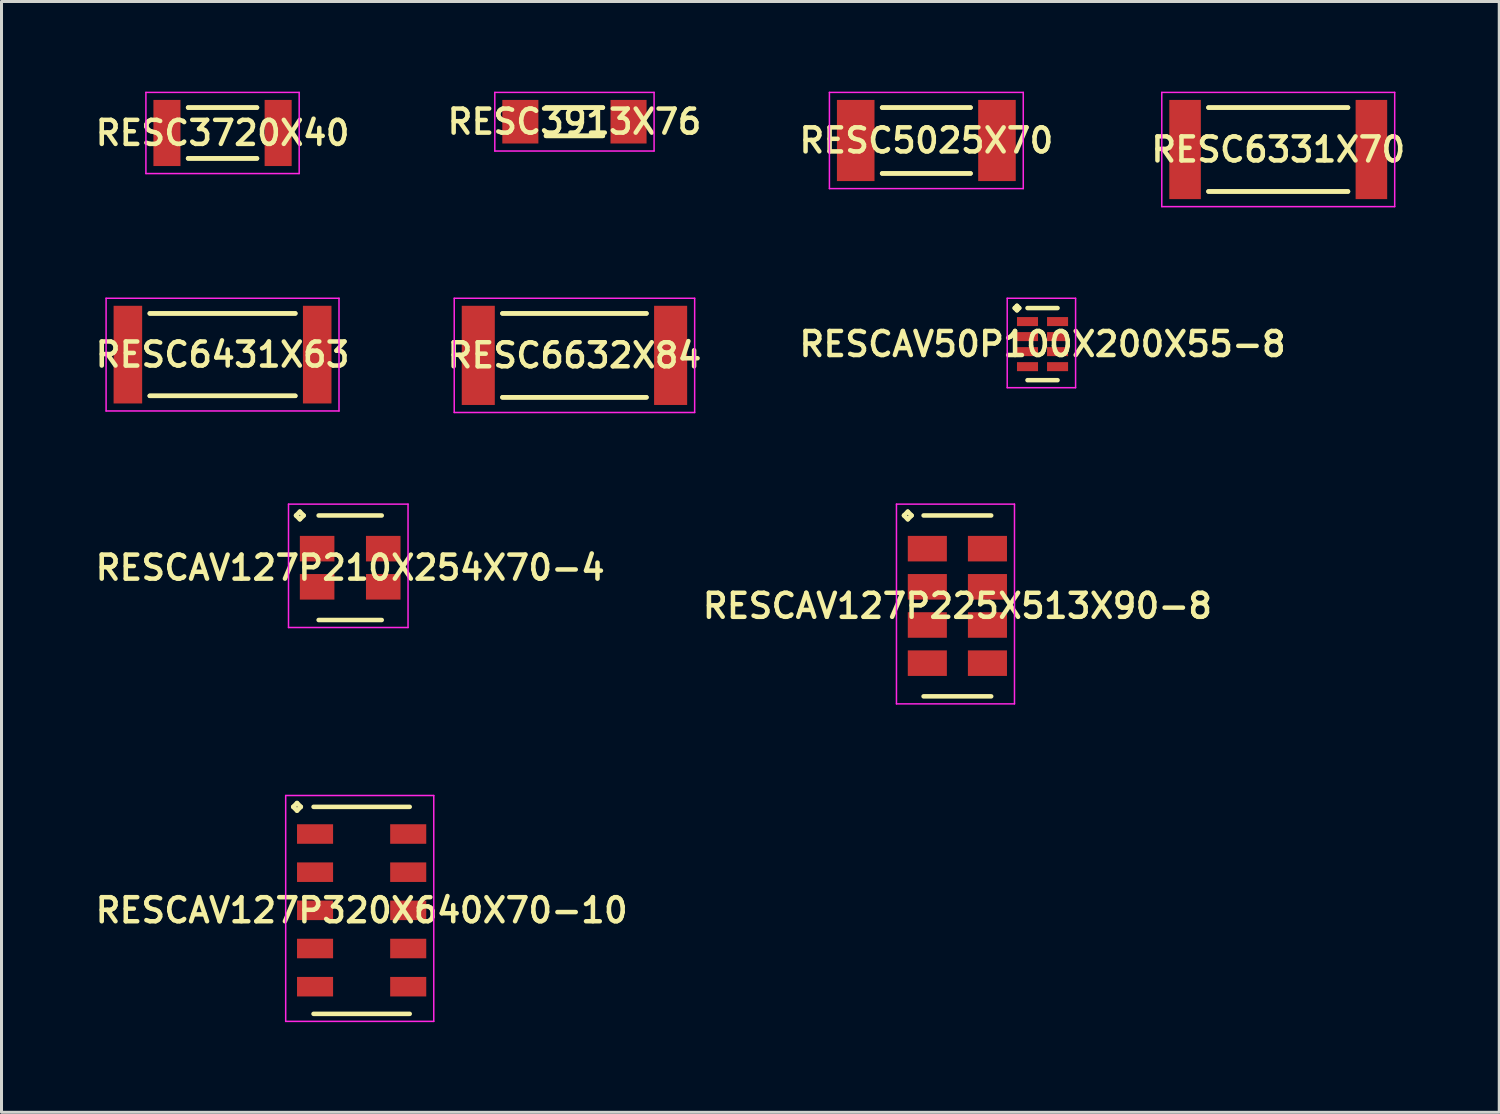
<source format=kicad_pcb>
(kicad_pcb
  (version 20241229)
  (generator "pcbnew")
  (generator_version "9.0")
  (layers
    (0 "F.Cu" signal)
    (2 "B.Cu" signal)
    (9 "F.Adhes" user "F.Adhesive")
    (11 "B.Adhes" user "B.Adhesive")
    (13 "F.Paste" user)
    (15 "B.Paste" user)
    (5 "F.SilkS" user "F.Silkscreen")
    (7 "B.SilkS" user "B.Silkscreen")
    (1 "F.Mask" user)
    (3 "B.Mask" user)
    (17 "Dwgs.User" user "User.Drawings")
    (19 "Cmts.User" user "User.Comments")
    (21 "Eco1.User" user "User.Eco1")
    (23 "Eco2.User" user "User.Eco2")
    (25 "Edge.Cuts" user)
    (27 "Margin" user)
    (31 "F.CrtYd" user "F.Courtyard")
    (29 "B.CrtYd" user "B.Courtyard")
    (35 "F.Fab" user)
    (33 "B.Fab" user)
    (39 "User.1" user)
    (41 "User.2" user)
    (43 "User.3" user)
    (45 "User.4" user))
  (footprint "RESC3720X40"
    (layer "F.Cu")
    (at 4.355 1.375)
    (property "Reference" "RESC3720X40" (at 0 0 0) (layer "F.SilkS") (effects (font (size 0.8 0.8) (thickness 0.15))))
    (attr smd)
    (fp_line (start -1.146 -0.846) (end 1.146 -0.846) (stroke (width 0.15) (type solid)) (layer "F.SilkS"))
    (fp_line (start -1.146 0.846) (end 1.146 0.846) (stroke (width 0.15) (type solid)) (layer "F.SilkS"))
    (fp_line (start 1.146 -0.846) (end -1.146 -0.846) (stroke (width 0.15) (type solid)) (layer "F.SilkS"))
    (fp_line (start 1.146 0.846) (end -1.146 0.846) (stroke (width 0.15) (type solid)) (layer "F.SilkS"))
    (fp_line (start -2.55 -1.35) (end 2.55 -1.35) (stroke (width 0.05) (type solid)) (layer "F.CrtYd"))
    (fp_line (start -2.55 1.35) (end -2.55 -1.35) (stroke (width 0.05) (type solid)) (layer "F.CrtYd"))
    (fp_line (start 2.55 -1.35) (end 2.55 1.35) (stroke (width 0.05) (type solid)) (layer "F.CrtYd"))
    (fp_line (start 2.55 1.35) (end -2.55 1.35) (stroke (width 0.05) (type solid)) (layer "F.CrtYd"))
    (pad "1" smd rect (at -1.85 0) (size 0.9 2.2) (layers "F.Cu" "F.Mask" "F.Paste"))
    (pad "2" smd rect (at 1.85 0) (size 0.9 2.2) (layers "F.Cu" "F.Mask" "F.Paste")))
  (footprint "RESC3913X76"
    (layer "F.Cu")
    (at 16.064 1)
    (property "Reference" "RESC3913X76" (at 0 0 0) (layer "F.SilkS") (effects (font (size 0.8 0.8) (thickness 0.15))))
    (attr smd)
    (fp_line (start -0.946 -0.471) (end 0.946 -0.471) (stroke (width 0.15) (type solid)) (layer "F.SilkS"))
    (fp_line (start -0.946 0.471) (end 0.946 0.471) (stroke (width 0.15) (type solid)) (layer "F.SilkS"))
    (fp_line (start 0.946 -0.471) (end -0.946 -0.471) (stroke (width 0.15) (type solid)) (layer "F.SilkS"))
    (fp_line (start 0.946 0.471) (end -0.946 0.471) (stroke (width 0.15) (type solid)) (layer "F.SilkS"))
    (fp_line (start -2.65 -0.975) (end 2.65 -0.975) (stroke (width 0.05) (type solid)) (layer "F.CrtYd"))
    (fp_line (start -2.65 0.975) (end -2.65 -0.975) (stroke (width 0.05) (type solid)) (layer "F.CrtYd"))
    (fp_line (start 2.65 -0.975) (end 2.65 0.975) (stroke (width 0.05) (type solid)) (layer "F.CrtYd"))
    (fp_line (start 2.65 0.975) (end -2.65 0.975) (stroke (width 0.05) (type solid)) (layer "F.CrtYd"))
    (pad "1" smd rect (at -1.8 0) (size 1.2 1.45) (layers "F.Cu" "F.Mask" "F.Paste"))
    (pad "2" smd rect (at 1.8 0) (size 1.2 1.45) (layers "F.Cu" "F.Mask" "F.Paste")))
  (footprint "RESC6431X63"
    (layer "F.Cu")
    (at 4.355 8.75)
    (property "Reference" "RESC6431X63" (at 0 0 0) (layer "F.SilkS") (effects (font (size 0.8 0.8) (thickness 0.15))))
    (attr smd)
    (fp_line (start -2.421 -1.371) (end 2.421 -1.371) (stroke (width 0.15) (type solid)) (layer "F.SilkS"))
    (fp_line (start -2.421 1.371) (end 2.421 1.371) (stroke (width 0.15) (type solid)) (layer "F.SilkS"))
    (fp_line (start 2.421 -1.371) (end -2.421 -1.371) (stroke (width 0.15) (type solid)) (layer "F.SilkS"))
    (fp_line (start 2.421 1.371) (end -2.421 1.371) (stroke (width 0.15) (type solid)) (layer "F.SilkS"))
    (fp_line (start -3.875 -1.875) (end 3.875 -1.875) (stroke (width 0.05) (type solid)) (layer "F.CrtYd"))
    (fp_line (start -3.875 1.875) (end -3.875 -1.875) (stroke (width 0.05) (type solid)) (layer "F.CrtYd"))
    (fp_line (start 3.875 -1.875) (end 3.875 1.875) (stroke (width 0.05) (type solid)) (layer "F.CrtYd"))
    (fp_line (start 3.875 1.875) (end -3.875 1.875) (stroke (width 0.05) (type solid)) (layer "F.CrtYd"))
    (pad "1" smd rect (at -3.15 0) (size 0.95 3.25) (layers "F.Cu" "F.Mask" "F.Paste"))
    (pad "2" smd rect (at 3.15 0) (size 0.95 3.25) (layers "F.Cu" "F.Mask" "F.Paste")))
  (footprint "RESCAV127P320X640X70-10"
    (layer "F.Cu")
    (at 8.983 27.241)
    (property "Reference" "RESCAV127P320X640X70-10" (at 0 0 0) (layer "F.SilkS") (effects (font (size 0.8 0.8) (thickness 0.15))))
    (attr smd)
    (fp_line (start -2.277 -3.444) (end -2.15 -3.571) (stroke (width 0.15) (type solid)) (layer "F.SilkS"))
    (fp_line (start -2.15 -3.571) (end -2.023 -3.444) (stroke (width 0.15) (type solid)) (layer "F.SilkS"))
    (fp_line (start -2.15 -3.317) (end -2.277 -3.444) (stroke (width 0.15) (type solid)) (layer "F.SilkS"))
    (fp_line (start -2.023 -3.444) (end -2.15 -3.317) (stroke (width 0.15) (type solid)) (layer "F.SilkS"))
    (fp_line (start -1.6 -3.444) (end 1.6 -3.444) (stroke (width 0.15) (type solid)) (layer "F.SilkS"))
    (fp_line (start -1.6 3.444) (end 1.6 3.444) (stroke (width 0.15) (type solid)) (layer "F.SilkS"))
    (fp_line (start -2.527 -3.821) (end 2.4 -3.821) (stroke (width 0.05) (type solid)) (layer "F.CrtYd"))
    (fp_line (start -2.527 3.694) (end -2.527 -3.821) (stroke (width 0.05) (type solid)) (layer "F.CrtYd"))
    (fp_line (start 2.4 -3.821) (end 2.4 3.694) (stroke (width 0.05) (type solid)) (layer "F.CrtYd"))
    (fp_line (start 2.4 3.694) (end -2.527 3.694) (stroke (width 0.05) (type solid)) (layer "F.CrtYd"))
    (pad "1" smd rect (at -1.55 -2.54) (size 1.2 0.65) (layers "F.Cu" "F.Mask" "F.Paste"))
    (pad "2" smd rect (at -1.55 -1.27) (size 1.2 0.65) (layers "F.Cu" "F.Mask" "F.Paste"))
    (pad "3" smd rect (at -1.55 0) (size 1.2 0.65) (layers "F.Cu" "F.Mask" "F.Paste"))
    (pad "4" smd rect (at -1.55 1.27) (size 1.2 0.65) (layers "F.Cu" "F.Mask" "F.Paste"))
    (pad "5" smd rect (at -1.55 2.54) (size 1.2 0.65) (layers "F.Cu" "F.Mask" "F.Paste"))
    (pad "6" smd rect (at 1.55 2.54) (size 1.2 0.65) (layers "F.Cu" "F.Mask" "F.Paste"))
    (pad "7" smd rect (at 1.55 1.27) (size 1.2 0.65) (layers "F.Cu" "F.Mask" "F.Paste"))
    (pad "8" smd rect (at 1.55 0) (size 1.2 0.65) (layers "F.Cu" "F.Mask" "F.Paste"))
    (pad "9" smd rect (at 1.55 -1.27) (size 1.2 0.65) (layers "F.Cu" "F.Mask" "F.Paste"))
    (pad "10" smd rect (at 1.55 -2.54) (size 1.2 0.65) (layers "F.Cu" "F.Mask" "F.Paste")))
  (footprint "RESC5025X70"
    (layer "F.Cu")
    (at 27.773 1.625)
    (property "Reference" "RESC5025X70" (at 0 0 0) (layer "F.SilkS") (effects (font (size 0.8 0.8) (thickness 0.15))))
    (attr smd)
    (fp_line (start -1.471 -1.096) (end 1.471 -1.096) (stroke (width 0.15) (type solid)) (layer "F.SilkS"))
    (fp_line (start -1.471 1.096) (end 1.471 1.096) (stroke (width 0.15) (type solid)) (layer "F.SilkS"))
    (fp_line (start 1.471 -1.096) (end -1.471 -1.096) (stroke (width 0.15) (type solid)) (layer "F.SilkS"))
    (fp_line (start 1.471 1.096) (end -1.471 1.096) (stroke (width 0.15) (type solid)) (layer "F.SilkS"))
    (fp_line (start -3.225 -1.6) (end 3.225 -1.6) (stroke (width 0.05) (type solid)) (layer "F.CrtYd"))
    (fp_line (start -3.225 1.6) (end -3.225 -1.6) (stroke (width 0.05) (type solid)) (layer "F.CrtYd"))
    (fp_line (start 3.225 -1.6) (end 3.225 1.6) (stroke (width 0.05) (type solid)) (layer "F.CrtYd"))
    (fp_line (start 3.225 1.6) (end -3.225 1.6) (stroke (width 0.05) (type solid)) (layer "F.CrtYd"))
    (pad "1" smd rect (at -2.35 0) (size 1.25 2.7) (layers "F.Cu" "F.Mask" "F.Paste"))
    (pad "2" smd rect (at 2.35 0) (size 1.25 2.7) (layers "F.Cu" "F.Mask" "F.Paste")))
  (footprint "RESCAV127P210X254X70-4"
    (layer "F.Cu")
    (at 8.602 15.841)
    (property "Reference" "RESCAV127P210X254X70-4" (at 0 0 0) (layer "F.SilkS") (effects (font (size 0.8 0.8) (thickness 0.15))))
    (attr smd)
    (fp_line (start -1.802 -1.739) (end -1.675 -1.866) (stroke (width 0.15) (type solid)) (layer "F.SilkS"))
    (fp_line (start -1.675 -1.866) (end -1.548 -1.739) (stroke (width 0.15) (type solid)) (layer "F.SilkS"))
    (fp_line (start -1.675 -1.612) (end -1.802 -1.739) (stroke (width 0.15) (type solid)) (layer "F.SilkS"))
    (fp_line (start -1.548 -1.739) (end -1.675 -1.612) (stroke (width 0.15) (type solid)) (layer "F.SilkS"))
    (fp_line (start -1.05 -1.739) (end 1.05 -1.739) (stroke (width 0.15) (type solid)) (layer "F.SilkS"))
    (fp_line (start -1.05 1.739) (end 1.05 1.739) (stroke (width 0.15) (type solid)) (layer "F.SilkS"))
    (fp_line (start -2.052 -2.116) (end 1.925 -2.116) (stroke (width 0.05) (type solid)) (layer "F.CrtYd"))
    (fp_line (start -2.052 1.989) (end -2.052 -2.116) (stroke (width 0.05) (type solid)) (layer "F.CrtYd"))
    (fp_line (start 1.925 -2.116) (end 1.925 1.989) (stroke (width 0.05) (type solid)) (layer "F.CrtYd"))
    (fp_line (start 1.925 1.989) (end -2.052 1.989) (stroke (width 0.05) (type solid)) (layer "F.CrtYd"))
    (pad "1" smd rect (at -1.1 -0.635) (size 1.15 0.85) (layers "F.Cu" "F.Mask" "F.Paste"))
    (pad "2" smd rect (at -1.1 0.635) (size 1.15 0.85) (layers "F.Cu" "F.Mask" "F.Paste"))
    (pad "3" smd rect (at 1.1 0.635) (size 1.15 0.85) (layers "F.Cu" "F.Mask" "F.Paste"))
    (pad "4" smd rect (at 1.1 -0.635) (size 1.15 0.85) (layers "F.Cu" "F.Mask" "F.Paste")))
  (footprint "RESCAV50P100X200X55-8"
    (layer "F.Cu")
    (at 31.639 8.4)
    (property "Reference" "RESCAV50P100X200X55-8" (at 0 0 0) (layer "F.SilkS") (effects (font (size 0.8 0.8) (thickness 0.15))))
    (attr smd)
    (fp_line (start -0.925 -1.2) (end -0.85 -1.275) (stroke (width 0.15) (type solid)) (layer "F.SilkS"))
    (fp_line (start -0.85 -1.275) (end -0.775 -1.2) (stroke (width 0.15) (type solid)) (layer "F.SilkS"))
    (fp_line (start -0.85 -1.125) (end -0.925 -1.2) (stroke (width 0.15) (type solid)) (layer "F.SilkS"))
    (fp_line (start -0.775 -1.2) (end -0.85 -1.125) (stroke (width 0.15) (type solid)) (layer "F.SilkS"))
    (fp_line (start -0.5 -1.2) (end 0.5 -1.2) (stroke (width 0.15) (type solid)) (layer "F.SilkS"))
    (fp_line (start -0.5 1.2) (end 0.5 1.2) (stroke (width 0.15) (type solid)) (layer "F.SilkS"))
    (fp_line (start -1.175 -1.525) (end 1.1 -1.525) (stroke (width 0.05) (type solid)) (layer "F.CrtYd"))
    (fp_line (start -1.175 1.45) (end -1.175 -1.525) (stroke (width 0.05) (type solid)) (layer "F.CrtYd"))
    (fp_line (start 1.1 -1.525) (end 1.1 1.45) (stroke (width 0.05) (type solid)) (layer "F.CrtYd"))
    (fp_line (start 1.1 1.45) (end -1.175 1.45) (stroke (width 0.05) (type solid)) (layer "F.CrtYd"))
    (pad "1" smd rect (at -0.5 -0.75) (size 0.7 0.3) (layers "F.Cu" "F.Mask" "F.Paste"))
    (pad "2" smd rect (at -0.5 -0.25) (size 0.7 0.3) (layers "F.Cu" "F.Mask" "F.Paste"))
    (pad "3" smd rect (at -0.5 0.25) (size 0.7 0.3) (layers "F.Cu" "F.Mask" "F.Paste"))
    (pad "4" smd rect (at -0.5 0.75) (size 0.7 0.3) (layers "F.Cu" "F.Mask" "F.Paste"))
    (pad "5" smd rect (at 0.5 0.75) (size 0.7 0.3) (layers "F.Cu" "F.Mask" "F.Paste"))
    (pad "6" smd rect (at 0.5 0.25) (size 0.7 0.3) (layers "F.Cu" "F.Mask" "F.Paste"))
    (pad "7" smd rect (at 0.5 -0.25) (size 0.7 0.3) (layers "F.Cu" "F.Mask" "F.Paste"))
    (pad "8" smd rect (at 0.5 -0.75) (size 0.7 0.3) (layers "F.Cu" "F.Mask" "F.Paste")))
  (footprint "RESC6331X70"
    (layer "F.Cu")
    (at 39.482 1.925)
    (property "Reference" "RESC6331X70" (at 0 0 0) (layer "F.SilkS") (effects (font (size 0.8 0.8) (thickness 0.15))))
    (attr smd)
    (fp_line (start -2.321 -1.396) (end 2.321 -1.396) (stroke (width 0.15) (type solid)) (layer "F.SilkS"))
    (fp_line (start -2.321 1.396) (end 2.321 1.396) (stroke (width 0.15) (type solid)) (layer "F.SilkS"))
    (fp_line (start 2.321 -1.396) (end -2.321 -1.396) (stroke (width 0.15) (type solid)) (layer "F.SilkS"))
    (fp_line (start 2.321 1.396) (end -2.321 1.396) (stroke (width 0.15) (type solid)) (layer "F.SilkS"))
    (fp_line (start -3.875 -1.9) (end 3.875 -1.9) (stroke (width 0.05) (type solid)) (layer "F.CrtYd"))
    (fp_line (start -3.875 1.9) (end -3.875 -1.9) (stroke (width 0.05) (type solid)) (layer "F.CrtYd"))
    (fp_line (start 3.875 -1.9) (end 3.875 1.9) (stroke (width 0.05) (type solid)) (layer "F.CrtYd"))
    (fp_line (start 3.875 1.9) (end -3.875 1.9) (stroke (width 0.05) (type solid)) (layer "F.CrtYd"))
    (pad "1" smd rect (at -3.1 0) (size 1.05 3.3) (layers "F.Cu" "F.Mask" "F.Paste"))
    (pad "2" smd rect (at 3.1 0) (size 1.05 3.3) (layers "F.Cu" "F.Mask" "F.Paste")))
  (footprint "RESC6632X84"
    (layer "F.Cu")
    (at 16.064 8.775)
    (property "Reference" "RESC6632X84" (at 0 0 0) (layer "F.SilkS") (effects (font (size 0.8 0.8) (thickness 0.15))))
    (attr smd)
    (fp_line (start -2.396 -1.396) (end 2.396 -1.396) (stroke (width 0.15) (type solid)) (layer "F.SilkS"))
    (fp_line (start -2.396 1.396) (end 2.396 1.396) (stroke (width 0.15) (type solid)) (layer "F.SilkS"))
    (fp_line (start 2.396 -1.396) (end -2.396 -1.396) (stroke (width 0.15) (type solid)) (layer "F.SilkS"))
    (fp_line (start 2.396 1.396) (end -2.396 1.396) (stroke (width 0.15) (type solid)) (layer "F.SilkS"))
    (fp_line (start -4 -1.9) (end 4 -1.9) (stroke (width 0.05) (type solid)) (layer "F.CrtYd"))
    (fp_line (start -4 1.9) (end -4 -1.9) (stroke (width 0.05) (type solid)) (layer "F.CrtYd"))
    (fp_line (start 4 -1.9) (end 4 1.9) (stroke (width 0.05) (type solid)) (layer "F.CrtYd"))
    (fp_line (start 4 1.9) (end -4 1.9) (stroke (width 0.05) (type solid)) (layer "F.CrtYd"))
    (pad "1" smd rect (at -3.2 0) (size 1.1 3.3) (layers "F.Cu" "F.Mask" "F.Paste"))
    (pad "2" smd rect (at 3.2 0) (size 1.1 3.3) (layers "F.Cu" "F.Mask" "F.Paste")))
  (footprint "RESCAV127P225X513X90-8"
    (layer "F.Cu")
    (at 28.806 17.111)
    (property "Reference" "RESCAV127P225X513X90-8" (at 0 0 0) (layer "F.SilkS") (effects (font (size 0.8 0.8) (thickness 0.15))))
    (attr smd)
    (fp_line (start -1.777 -3.009) (end -1.65 -3.136) (stroke (width 0.15) (type solid)) (layer "F.SilkS"))
    (fp_line (start -1.65 -3.136) (end -1.523 -3.009) (stroke (width 0.15) (type solid)) (layer "F.SilkS"))
    (fp_line (start -1.65 -2.882) (end -1.777 -3.009) (stroke (width 0.15) (type solid)) (layer "F.SilkS"))
    (fp_line (start -1.523 -3.009) (end -1.65 -2.882) (stroke (width 0.15) (type solid)) (layer "F.SilkS"))
    (fp_line (start -1.125 -3.009) (end 1.125 -3.009) (stroke (width 0.15) (type solid)) (layer "F.SilkS"))
    (fp_line (start -1.125 3.009) (end 1.125 3.009) (stroke (width 0.15) (type solid)) (layer "F.SilkS"))
    (fp_line (start -2.027 -3.386) (end 1.9 -3.386) (stroke (width 0.05) (type solid)) (layer "F.CrtYd"))
    (fp_line (start -2.027 3.259) (end -2.027 -3.386) (stroke (width 0.05) (type solid)) (layer "F.CrtYd"))
    (fp_line (start 1.9 -3.386) (end 1.9 3.259) (stroke (width 0.05) (type solid)) (layer "F.CrtYd"))
    (fp_line (start 1.9 3.259) (end -2.027 3.259) (stroke (width 0.05) (type solid)) (layer "F.CrtYd"))
    (pad "1" smd rect (at -1 -1.905) (size 1.3 0.85) (layers "F.Cu" "F.Mask" "F.Paste"))
    (pad "2" smd rect (at -1 -0.635) (size 1.3 0.85) (layers "F.Cu" "F.Mask" "F.Paste"))
    (pad "3" smd rect (at -1 0.635) (size 1.3 0.85) (layers "F.Cu" "F.Mask" "F.Paste"))
    (pad "4" smd rect (at -1 1.905) (size 1.3 0.85) (layers "F.Cu" "F.Mask" "F.Paste"))
    (pad "5" smd rect (at 1 1.905) (size 1.3 0.85) (layers "F.Cu" "F.Mask" "F.Paste"))
    (pad "6" smd rect (at 1 0.635) (size 1.3 0.85) (layers "F.Cu" "F.Mask" "F.Paste"))
    (pad "7" smd rect (at 1 -0.635) (size 1.3 0.85) (layers "F.Cu" "F.Mask" "F.Paste"))
    (pad "8" smd rect (at 1 -1.905) (size 1.3 0.85) (layers "F.Cu" "F.Mask" "F.Paste")))
  (gr_rect
    (start -3 -3)
    (end 46.836 33.96)
    (stroke (width 0.1) (type default))
    (fill no)
    (layer "Edge.Cuts")))
</source>
